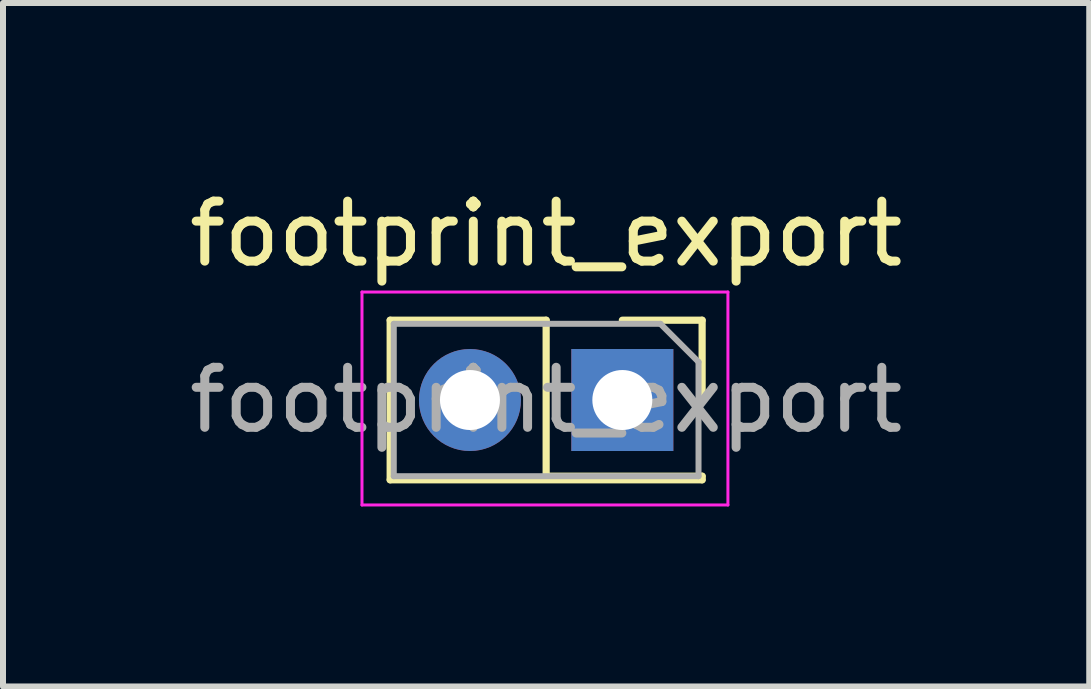
<source format=kicad_pcb>
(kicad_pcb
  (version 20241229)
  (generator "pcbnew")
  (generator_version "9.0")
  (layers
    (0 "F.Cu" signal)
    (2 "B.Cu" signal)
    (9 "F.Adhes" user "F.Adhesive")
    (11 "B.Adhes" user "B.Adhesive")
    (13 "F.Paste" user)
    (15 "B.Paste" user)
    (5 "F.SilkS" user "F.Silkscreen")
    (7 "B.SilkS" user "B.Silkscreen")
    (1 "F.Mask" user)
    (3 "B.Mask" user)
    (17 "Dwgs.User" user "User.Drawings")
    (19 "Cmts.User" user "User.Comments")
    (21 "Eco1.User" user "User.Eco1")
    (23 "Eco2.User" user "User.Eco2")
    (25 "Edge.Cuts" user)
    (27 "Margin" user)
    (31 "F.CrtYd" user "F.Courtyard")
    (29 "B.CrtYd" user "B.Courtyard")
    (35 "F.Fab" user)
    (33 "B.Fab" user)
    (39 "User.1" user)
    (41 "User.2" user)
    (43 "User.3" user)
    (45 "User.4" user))
  (footprint "footprint_export"
    (layer "F.Cu")
    (at 7.324 3.618)
    (property "Reference" "footprint_export" (at -1.27 -2.77 0) (layer "F.SilkS") (effects (font (size 1 1) (thickness 0.15))))
    (attr through_hole)
    (fp_line (start -3.87 -1.33) (end -3.87 1.33) (stroke (width 0.12) (type solid)) (layer "F.SilkS"))
    (fp_line (start -3.87 -1.33) (end -1.27 -1.33) (stroke (width 0.12) (type solid)) (layer "F.SilkS"))
    (fp_line (start -3.87 1.33) (end 1.33 1.33) (stroke (width 0.12) (type solid)) (layer "F.SilkS"))
    (fp_line (start -1.27 -1.33) (end -1.27 1.27) (stroke (width 0.12) (type solid)) (layer "F.SilkS"))
    (fp_line (start -1.27 1.27) (end 1.33 1.27) (stroke (width 0.12) (type solid)) (layer "F.SilkS"))
    (fp_line (start 0 -1.33) (end 1.33 -1.33) (stroke (width 0.12) (type solid)) (layer "F.SilkS"))
    (fp_line (start 1.33 -1.33) (end 1.33 0) (stroke (width 0.12) (type solid)) (layer "F.SilkS"))
    (fp_line (start 1.33 1.27) (end 1.33 1.33) (stroke (width 0.12) (type solid)) (layer "F.SilkS"))
    (fp_line (start -4.34 -1.8) (end 1.76 -1.8) (stroke (width 0.05) (type solid)) (layer "F.CrtYd"))
    (fp_line (start -4.34 1.75) (end -4.34 -1.8) (stroke (width 0.05) (type solid)) (layer "F.CrtYd"))
    (fp_line (start 1.76 -1.8) (end 1.76 1.75) (stroke (width 0.05) (type solid)) (layer "F.CrtYd"))
    (fp_line (start 1.76 1.75) (end -4.34 1.75) (stroke (width 0.05) (type solid)) (layer "F.CrtYd"))
    (fp_line (start -3.81 -1.27) (end 0.635 -1.27) (stroke (width 0.1) (type solid)) (layer "F.Fab"))
    (fp_line (start -3.81 1.27) (end -3.81 -1.27) (stroke (width 0.1) (type solid)) (layer "F.Fab"))
    (fp_line (start 0.635 -1.27) (end 1.27 -0.635) (stroke (width 0.1) (type solid)) (layer "F.Fab"))
    (fp_line (start 1.27 -0.635) (end 1.27 1.27) (stroke (width 0.1) (type solid)) (layer "F.Fab"))
    (fp_line (start 1.27 1.27) (end -3.81 1.27) (stroke (width 0.1) (type solid)) (layer "F.Fab"))
    (fp_text user "${REFERENCE}" (at -1.27 0 0) (layer "F.Fab") (effects (font (size 1 1) (thickness 0.15))))
    (pad "1" thru_hole rect (at 0 0) (size 1.7 1.7) (drill 1) (layers "*.Cu" "*.Mask"))
    (pad "2" thru_hole oval (at -2.54 0) (size 1.7 1.7) (drill 1) (layers "*.Cu" "*.Mask")))
  (gr_rect
    (start -3 -3)
    (end 15.107 8.393)
    (stroke (width 0.1) (type default))
    (fill no)
    (layer "Edge.Cuts")))
</source>
